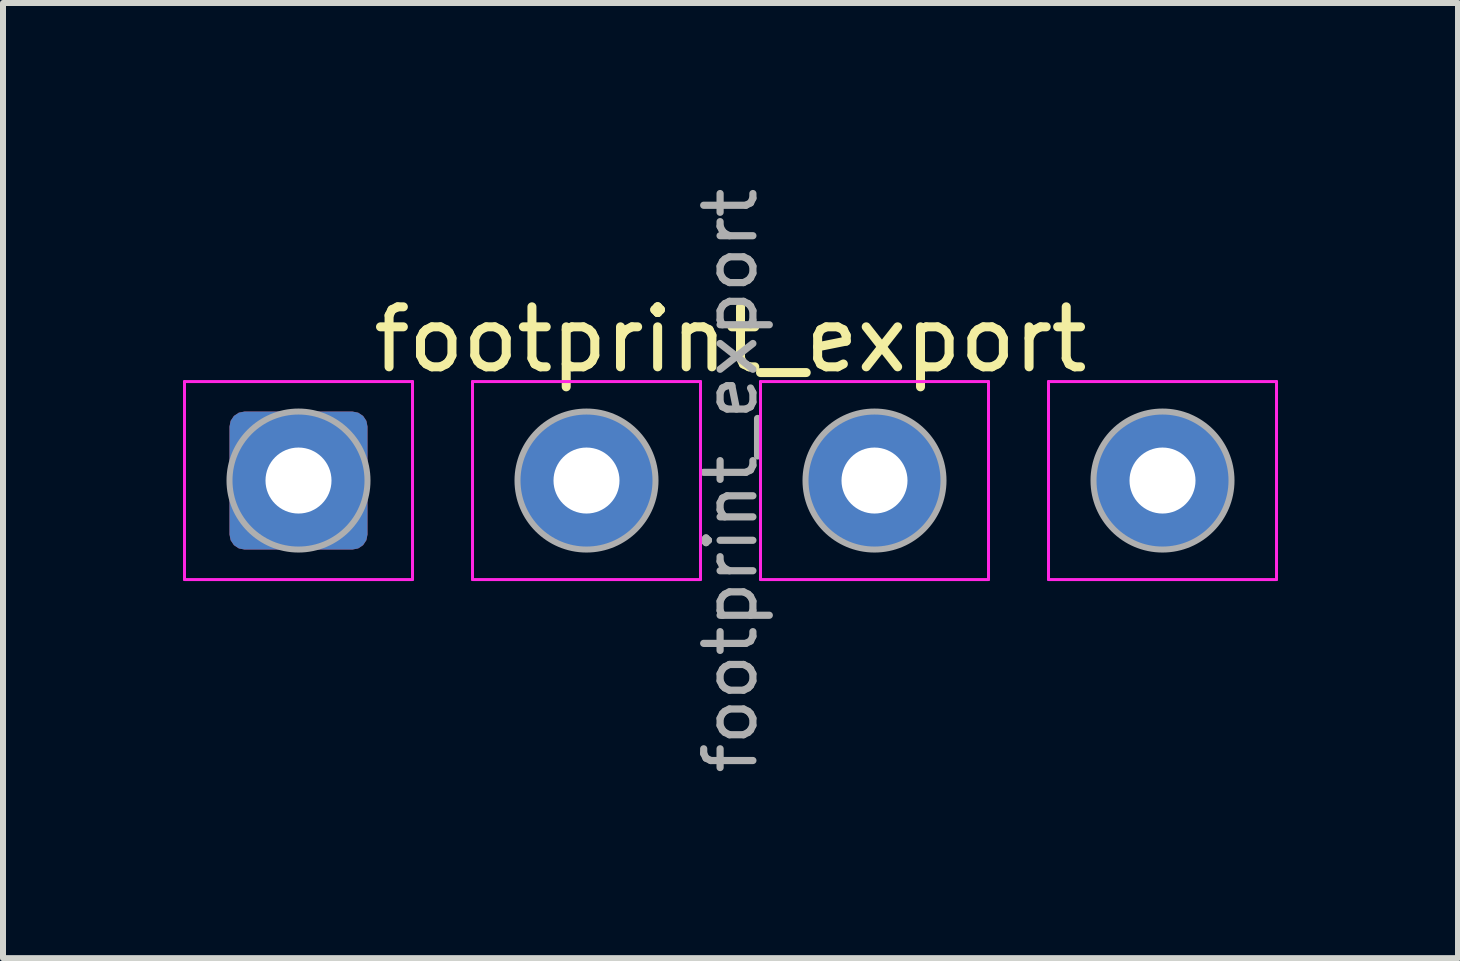
<source format=kicad_pcb>
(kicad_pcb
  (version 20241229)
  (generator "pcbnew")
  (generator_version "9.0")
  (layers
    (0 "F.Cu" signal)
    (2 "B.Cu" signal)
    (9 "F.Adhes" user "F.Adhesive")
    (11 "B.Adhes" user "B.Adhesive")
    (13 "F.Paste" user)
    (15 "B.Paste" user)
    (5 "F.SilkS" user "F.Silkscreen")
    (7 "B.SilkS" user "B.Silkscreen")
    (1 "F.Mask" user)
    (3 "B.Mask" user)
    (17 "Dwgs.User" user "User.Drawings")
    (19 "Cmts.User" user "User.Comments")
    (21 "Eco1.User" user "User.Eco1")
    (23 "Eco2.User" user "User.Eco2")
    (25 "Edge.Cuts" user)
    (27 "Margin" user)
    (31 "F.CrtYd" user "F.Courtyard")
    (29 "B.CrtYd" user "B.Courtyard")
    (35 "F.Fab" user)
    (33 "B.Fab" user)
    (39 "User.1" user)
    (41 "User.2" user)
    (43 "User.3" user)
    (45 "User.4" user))
  (footprint "footprint_export"
    (layer "F.Cu")
    (at 1.925 4.959)
    (property "Reference" "footprint_export" (at 7.2 -2.35 0) (layer "F.SilkS") (effects (font (size 1 1) (thickness 0.15))))
    (attr exclude_from_pos_files exclude_from_bom)
    (fp_line (start -1.9 -1.65) (end -1.9 1.65) (stroke (width 0.05) (type solid)) (layer "F.CrtYd"))
    (fp_line (start -1.9 1.65) (end 1.9 1.65) (stroke (width 0.05) (type solid)) (layer "F.CrtYd"))
    (fp_line (start 1.9 -1.65) (end -1.9 -1.65) (stroke (width 0.05) (type solid)) (layer "F.CrtYd"))
    (fp_line (start 1.9 1.65) (end 1.9 -1.65) (stroke (width 0.05) (type solid)) (layer "F.CrtYd"))
    (fp_line (start 2.9 -1.65) (end 2.9 1.65) (stroke (width 0.05) (type solid)) (layer "F.CrtYd"))
    (fp_line (start 2.9 1.65) (end 6.7 1.65) (stroke (width 0.05) (type solid)) (layer "F.CrtYd"))
    (fp_line (start 6.7 -1.65) (end 2.9 -1.65) (stroke (width 0.05) (type solid)) (layer "F.CrtYd"))
    (fp_line (start 6.7 1.65) (end 6.7 -1.65) (stroke (width 0.05) (type solid)) (layer "F.CrtYd"))
    (fp_line (start 7.7 -1.65) (end 7.7 1.65) (stroke (width 0.05) (type solid)) (layer "F.CrtYd"))
    (fp_line (start 7.7 1.65) (end 11.5 1.65) (stroke (width 0.05) (type solid)) (layer "F.CrtYd"))
    (fp_line (start 11.5 -1.65) (end 7.7 -1.65) (stroke (width 0.05) (type solid)) (layer "F.CrtYd"))
    (fp_line (start 11.5 1.65) (end 11.5 -1.65) (stroke (width 0.05) (type solid)) (layer "F.CrtYd"))
    (fp_line (start 12.5 -1.65) (end 12.5 1.65) (stroke (width 0.05) (type solid)) (layer "F.CrtYd"))
    (fp_line (start 12.5 1.65) (end 16.3 1.65) (stroke (width 0.05) (type solid)) (layer "F.CrtYd"))
    (fp_line (start 16.3 -1.65) (end 12.5 -1.65) (stroke (width 0.05) (type solid)) (layer "F.CrtYd"))
    (fp_line (start 16.3 1.65) (end 16.3 -1.65) (stroke (width 0.05) (type solid)) (layer "F.CrtYd"))
    (fp_circle (center 0 0) (end 1.15 0) (stroke (width 0.1) (type solid)) (fill no) (layer "F.Fab"))
    (fp_circle (center 4.8 0) (end 5.95 0) (stroke (width 0.1) (type solid)) (fill no) (layer "F.Fab"))
    (fp_circle (center 9.6 0) (end 10.75 0) (stroke (width 0.1) (type solid)) (fill no) (layer "F.Fab"))
    (fp_circle (center 14.4 0) (end 15.55 0) (stroke (width 0.1) (type solid)) (fill no) (layer "F.Fab"))
    (fp_text user "${REFERENCE}" (at 7.2 0 90) (layer "F.Fab") (effects (font (size 0.82 0.82) (thickness 0.12))))
    (pad "1" thru_hole roundrect (at 0 0) (size 2.3 2.3) (drill 1.1) (layers "*.Cu" "*.Mask") (roundrect_rratio 0.109))
    (pad "2" thru_hole circle (at 4.8 0) (size 2.3 2.3) (drill 1.1) (layers "*.Cu" "*.Mask"))
    (pad "3" thru_hole circle (at 9.6 0) (size 2.3 2.3) (drill 1.1) (layers "*.Cu" "*.Mask"))
    (pad "4" thru_hole circle (at 14.4 0) (size 2.3 2.3) (drill 1.1) (layers "*.Cu" "*.Mask")))
  (gr_rect
    (start -3 -3)
    (end 21.25 12.919)
    (stroke (width 0.1) (type default))
    (fill no)
    (layer "Edge.Cuts")))
</source>
